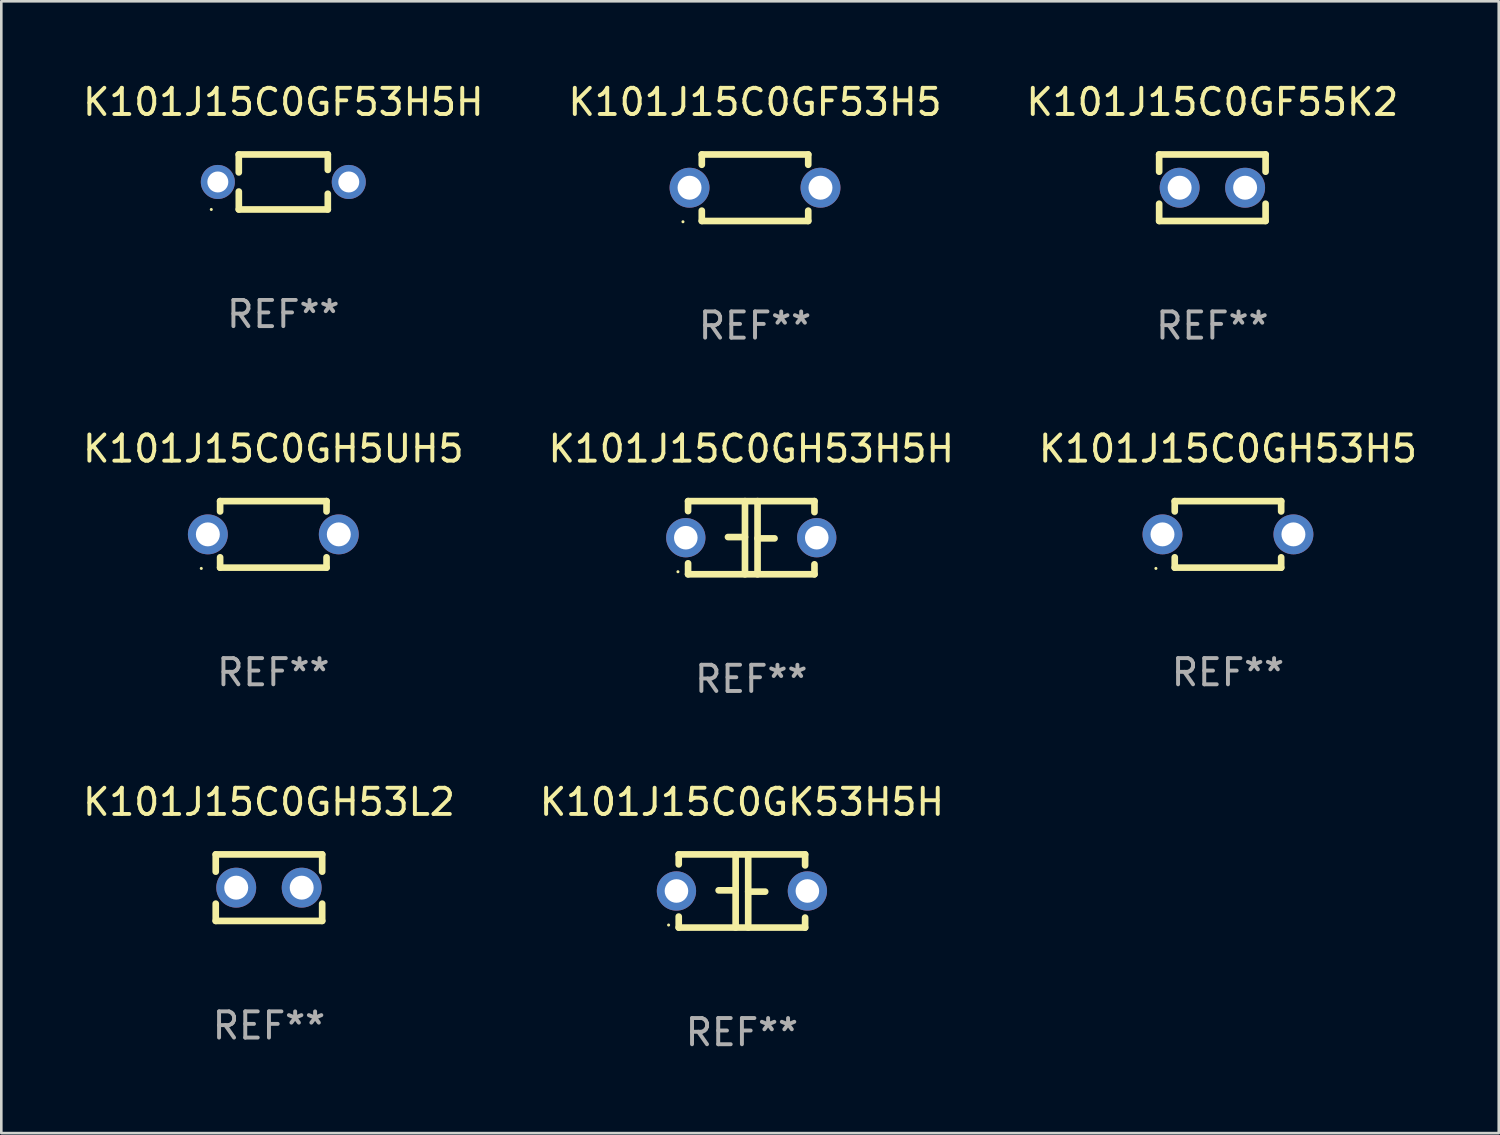
<source format=kicad_pcb>
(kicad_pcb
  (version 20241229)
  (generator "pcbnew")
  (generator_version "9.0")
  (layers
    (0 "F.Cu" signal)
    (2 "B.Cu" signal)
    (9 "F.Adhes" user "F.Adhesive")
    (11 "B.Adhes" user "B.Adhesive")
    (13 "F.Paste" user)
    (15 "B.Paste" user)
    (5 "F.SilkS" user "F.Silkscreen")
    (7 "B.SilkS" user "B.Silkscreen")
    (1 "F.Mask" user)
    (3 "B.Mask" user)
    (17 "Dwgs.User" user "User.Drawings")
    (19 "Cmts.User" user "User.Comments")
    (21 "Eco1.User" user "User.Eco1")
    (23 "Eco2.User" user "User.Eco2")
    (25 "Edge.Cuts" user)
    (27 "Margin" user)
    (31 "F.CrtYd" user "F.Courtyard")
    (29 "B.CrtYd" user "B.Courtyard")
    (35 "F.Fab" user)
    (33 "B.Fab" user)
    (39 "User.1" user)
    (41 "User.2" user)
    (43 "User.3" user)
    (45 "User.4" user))
  (footprint "K101J15C0GK53H5H"
    (layer "F.Cu")
    (at 25.28 30.972)
    (property "Reference" "K101J15C0GK53H5H" (at 0 -3.397 0) (layer "F.SilkS") (effects (font (size 1 1) (thickness 0.15))))
    (attr through_hole)
    (fp_line (start -2.413 -1.397) (end 2.413 -1.397) (stroke (width 0.254) (type solid)) (layer "F.SilkS"))
    (fp_line (start -2.413 -1.016) (end -2.413 -1.397) (stroke (width 0.254) (type solid)) (layer "F.SilkS"))
    (fp_line (start -2.413 0.977) (end -2.413 1.397) (stroke (width 0.254) (type solid)) (layer "F.SilkS"))
    (fp_line (start -0.24 -0.025) (end -0.889 -0.025) (stroke (width 0.254) (type solid)) (layer "F.SilkS"))
    (fp_line (start -0.24 1.397) (end -0.24 -1.397) (stroke (width 0.254) (type solid)) (layer "F.SilkS"))
    (fp_line (start 0.24 -1.397) (end 0.24 1.397) (stroke (width 0.254) (type solid)) (layer "F.SilkS"))
    (fp_line (start 0.24 0.025) (end 0.889 0.025) (stroke (width 0.254) (type solid)) (layer "F.SilkS"))
    (fp_line (start 2.413 -0.977) (end 2.413 -1.397) (stroke (width 0.254) (type solid)) (layer "F.SilkS"))
    (fp_line (start 2.413 1.016) (end 2.413 1.397) (stroke (width 0.254) (type solid)) (layer "F.SilkS"))
    (fp_line (start 2.413 1.397) (end -2.413 1.397) (stroke (width 0.254) (type solid)) (layer "F.SilkS"))
    (fp_circle (center -2.8 1.3) (end -2.77 1.3) (stroke (width 0.06) (type solid)) (fill no) (layer "F.SilkS"))
    (fp_text user "REF**" (at 0 5.397 0) (layer "F.Fab") (effects (font (size 1 1) (thickness 0.15))))
    (pad "1" thru_hole circle (at -2.5 0) (size 1.5 1.5) (drill 0.9) (layers "*.Cu" "*.Mask"))
    (pad "2" thru_hole circle (at 2.5 0) (size 1.5 1.5) (drill 0.9) (layers "*.Cu" "*.Mask")))
  (footprint "K101J15C0GF53H5H"
    (layer "F.Cu")
    (at 7.768 3.898)
    (property "Reference" "K101J15C0GF53H5H" (at 0 -3.05 0) (layer "F.SilkS") (effects (font (size 1 1) (thickness 0.15))))
    (attr through_hole)
    (fp_line (start -1.7 -1.05) (end 1.7 -1.05) (stroke (width 0.254) (type solid)) (layer "F.SilkS"))
    (fp_line (start -1.7 -0.365) (end -1.7 -1.05) (stroke (width 0.254) (type solid)) (layer "F.SilkS"))
    (fp_line (start -1.699 1.05) (end -1.699 0.366) (stroke (width 0.254) (type solid)) (layer "F.SilkS"))
    (fp_line (start 1.699 0.45) (end 1.699 1.05) (stroke (width 0.254) (type solid)) (layer "F.SilkS"))
    (fp_line (start 1.699 1.05) (end -1.699 1.05) (stroke (width 0.254) (type solid)) (layer "F.SilkS"))
    (fp_line (start 1.7 -1.05) (end 1.7 -0.46) (stroke (width 0.254) (type solid)) (layer "F.SilkS"))
    (fp_circle (center -2.75 1.051) (end -2.72 1.051) (stroke (width 0.06) (type solid)) (fill no) (layer "F.SilkS"))
    (fp_text user "REF**" (at 0 5.05 0) (layer "F.Fab") (effects (font (size 1 1) (thickness 0.15))))
    (pad "1" thru_hole circle (at -2.5 0.000483) (size 1.3 1.3) (drill 0.8) (layers "*.Cu" "*.Mask"))
    (pad "2" thru_hole circle (at 2.5 0.000483) (size 1.3 1.3) (drill 0.8) (layers "*.Cu" "*.Mask")))
  (footprint "K101J15C0GH5UH5"
    (layer "F.Cu")
    (at 7.387 17.355)
    (property "Reference" "K101J15C0GH5UH5" (at 0 -3.27 0) (layer "F.SilkS") (effects (font (size 1 1) (thickness 0.15))))
    (attr through_hole)
    (fp_line (start -2.032 -1.27) (end -2.032 -0.876) (stroke (width 0.254) (type solid)) (layer "F.SilkS"))
    (fp_line (start -2.032 0.876) (end -2.032 1.27) (stroke (width 0.254) (type solid)) (layer "F.SilkS"))
    (fp_line (start -2.032 1.27) (end 2.032 1.27) (stroke (width 0.254) (type solid)) (layer "F.SilkS"))
    (fp_line (start 2.032 -1.27) (end -2.032 -1.27) (stroke (width 0.254) (type solid)) (layer "F.SilkS"))
    (fp_line (start 2.032 -0.876) (end 2.032 -1.27) (stroke (width 0.254) (type solid)) (layer "F.SilkS"))
    (fp_line (start 2.032 1.27) (end 2.032 0.876) (stroke (width 0.254) (type solid)) (layer "F.SilkS"))
    (fp_circle (center -2.751 1.3) (end -2.721 1.3) (stroke (width 0.06) (type solid)) (fill no) (layer "F.SilkS"))
    (fp_text user "REF**" (at 0 5.27 0) (layer "F.Fab") (effects (font (size 1 1) (thickness 0.15))))
    (pad "1" thru_hole circle (at -2.5 0) (size 1.524 1.524) (drill 0.914) (layers "*.Cu" "*.Mask"))
    (pad "2" thru_hole circle (at 2.5 0) (size 1.524 1.524) (drill 0.914) (layers "*.Cu" "*.Mask")))
  (footprint "K101J15C0GH53H5"
    (layer "F.Cu")
    (at 43.839 17.355)
    (property "Reference" "K101J15C0GH53H5" (at 0 -3.27 0) (layer "F.SilkS") (effects (font (size 1 1) (thickness 0.15))))
    (attr through_hole)
    (fp_line (start -2.032 -1.27) (end -2.032 -0.876) (stroke (width 0.254) (type solid)) (layer "F.SilkS"))
    (fp_line (start -2.032 0.876) (end -2.032 1.27) (stroke (width 0.254) (type solid)) (layer "F.SilkS"))
    (fp_line (start -2.032 1.27) (end 2.032 1.27) (stroke (width 0.254) (type solid)) (layer "F.SilkS"))
    (fp_line (start 2.032 -1.27) (end -2.032 -1.27) (stroke (width 0.254) (type solid)) (layer "F.SilkS"))
    (fp_line (start 2.032 -0.876) (end 2.032 -1.27) (stroke (width 0.254) (type solid)) (layer "F.SilkS"))
    (fp_line (start 2.032 1.27) (end 2.032 0.876) (stroke (width 0.254) (type solid)) (layer "F.SilkS"))
    (fp_circle (center -2.751 1.3) (end -2.721 1.3) (stroke (width 0.06) (type solid)) (fill no) (layer "F.SilkS"))
    (fp_text user "REF**" (at 0 5.27 0) (layer "F.Fab") (effects (font (size 1 1) (thickness 0.15))))
    (pad "1" thru_hole circle (at -2.5 0) (size 1.524 1.524) (drill 0.914) (layers "*.Cu" "*.Mask"))
    (pad "2" thru_hole circle (at 2.5 0) (size 1.524 1.524) (drill 0.914) (layers "*.Cu" "*.Mask")))
  (footprint "K101J15C0GF53H5"
    (layer "F.Cu")
    (at 25.78 4.118)
    (property "Reference" "K101J15C0GF53H5" (at 0 -3.27 0) (layer "F.SilkS") (effects (font (size 1 1) (thickness 0.15))))
    (attr through_hole)
    (fp_line (start -2.032 -1.27) (end -2.032 -0.876) (stroke (width 0.254) (type solid)) (layer "F.SilkS"))
    (fp_line (start -2.032 0.876) (end -2.032 1.27) (stroke (width 0.254) (type solid)) (layer "F.SilkS"))
    (fp_line (start -2.032 1.27) (end 2.032 1.27) (stroke (width 0.254) (type solid)) (layer "F.SilkS"))
    (fp_line (start 2.032 -1.27) (end -2.032 -1.27) (stroke (width 0.254) (type solid)) (layer "F.SilkS"))
    (fp_line (start 2.032 -0.876) (end 2.032 -1.27) (stroke (width 0.254) (type solid)) (layer "F.SilkS"))
    (fp_line (start 2.032 1.27) (end 2.032 0.876) (stroke (width 0.254) (type solid)) (layer "F.SilkS"))
    (fp_circle (center -2.751 1.3) (end -2.721 1.3) (stroke (width 0.06) (type solid)) (fill no) (layer "F.SilkS"))
    (fp_text user "REF**" (at 0 5.27 0) (layer "F.Fab") (effects (font (size 1 1) (thickness 0.15))))
    (pad "1" thru_hole circle (at -2.5 0) (size 1.524 1.524) (drill 0.914) (layers "*.Cu" "*.Mask"))
    (pad "2" thru_hole circle (at 2.5 0) (size 1.524 1.524) (drill 0.914) (layers "*.Cu" "*.Mask")))
  (footprint "K101J15C0GH53L2"
    (layer "F.Cu")
    (at 7.22 30.845)
    (property "Reference" "K101J15C0GH53L2" (at 0 -3.27 0) (layer "F.SilkS") (effects (font (size 1 1) (thickness 0.15))))
    (attr through_hole)
    (fp_line (start -2.032 -1.27) (end -2.032 -0.611) (stroke (width 0.254) (type solid)) (layer "F.SilkS"))
    (fp_line (start -2.032 0.611) (end -2.032 1.27) (stroke (width 0.254) (type solid)) (layer "F.SilkS"))
    (fp_line (start -2.032 1.27) (end 2.032 1.27) (stroke (width 0.254) (type solid)) (layer "F.SilkS"))
    (fp_line (start 2.032 -1.27) (end -2.032 -1.27) (stroke (width 0.254) (type solid)) (layer "F.SilkS"))
    (fp_line (start 2.032 -0.611) (end 2.032 -1.27) (stroke (width 0.254) (type solid)) (layer "F.SilkS"))
    (fp_line (start 2.032 1.27) (end 2.032 0.611) (stroke (width 0.254) (type solid)) (layer "F.SilkS"))
    (fp_circle (center -2 1.3) (end -1.97 1.3) (stroke (width 0.06) (type solid)) (fill no) (layer "F.SilkS"))
    (fp_text user "REF**" (at 0 5.27 0) (layer "F.Fab") (effects (font (size 1 1) (thickness 0.15))))
    (pad "1" thru_hole circle (at -1.25 0) (size 1.524 1.524) (drill 0.914) (layers "*.Cu" "*.Mask"))
    (pad "2" thru_hole circle (at 1.25 0) (size 1.524 1.524) (drill 0.914) (layers "*.Cu" "*.Mask")))
  (footprint "K101J15C0GH53H5H"
    (layer "F.Cu")
    (at 25.637 17.482)
    (property "Reference" "K101J15C0GH53H5H" (at 0 -3.397 0) (layer "F.SilkS") (effects (font (size 1 1) (thickness 0.15))))
    (attr through_hole)
    (fp_line (start -2.413 -1.397) (end 2.413 -1.397) (stroke (width 0.254) (type solid)) (layer "F.SilkS"))
    (fp_line (start -2.413 -1.016) (end -2.413 -1.397) (stroke (width 0.254) (type solid)) (layer "F.SilkS"))
    (fp_line (start -2.413 0.977) (end -2.413 1.397) (stroke (width 0.254) (type solid)) (layer "F.SilkS"))
    (fp_line (start -0.24 -0.025) (end -0.889 -0.025) (stroke (width 0.254) (type solid)) (layer "F.SilkS"))
    (fp_line (start -0.24 1.397) (end -0.24 -1.397) (stroke (width 0.254) (type solid)) (layer "F.SilkS"))
    (fp_line (start 0.24 -1.397) (end 0.24 1.397) (stroke (width 0.254) (type solid)) (layer "F.SilkS"))
    (fp_line (start 0.24 0.025) (end 0.889 0.025) (stroke (width 0.254) (type solid)) (layer "F.SilkS"))
    (fp_line (start 2.413 -0.977) (end 2.413 -1.397) (stroke (width 0.254) (type solid)) (layer "F.SilkS"))
    (fp_line (start 2.413 1.016) (end 2.413 1.397) (stroke (width 0.254) (type solid)) (layer "F.SilkS"))
    (fp_line (start 2.413 1.397) (end -2.413 1.397) (stroke (width 0.254) (type solid)) (layer "F.SilkS"))
    (fp_circle (center -2.8 1.3) (end -2.77 1.3) (stroke (width 0.06) (type solid)) (fill no) (layer "F.SilkS"))
    (fp_text user "REF**" (at 0 5.397 0) (layer "F.Fab") (effects (font (size 1 1) (thickness 0.15))))
    (pad "1" thru_hole circle (at -2.5 0) (size 1.5 1.5) (drill 0.9) (layers "*.Cu" "*.Mask"))
    (pad "2" thru_hole circle (at 2.5 0) (size 1.5 1.5) (drill 0.9) (layers "*.Cu" "*.Mask")))
  (footprint "K101J15C0GF55K2"
    (layer "F.Cu")
    (at 43.244 4.118)
    (property "Reference" "K101J15C0GF55K2" (at 0 -3.27 0) (layer "F.SilkS") (effects (font (size 1 1) (thickness 0.15))))
    (attr through_hole)
    (fp_line (start -2.032 -1.27) (end -2.032 -0.611) (stroke (width 0.254) (type solid)) (layer "F.SilkS"))
    (fp_line (start -2.032 0.611) (end -2.032 1.27) (stroke (width 0.254) (type solid)) (layer "F.SilkS"))
    (fp_line (start -2.032 1.27) (end 2.032 1.27) (stroke (width 0.254) (type solid)) (layer "F.SilkS"))
    (fp_line (start 2.032 -1.27) (end -2.032 -1.27) (stroke (width 0.254) (type solid)) (layer "F.SilkS"))
    (fp_line (start 2.032 -0.611) (end 2.032 -1.27) (stroke (width 0.254) (type solid)) (layer "F.SilkS"))
    (fp_line (start 2.032 1.27) (end 2.032 0.611) (stroke (width 0.254) (type solid)) (layer "F.SilkS"))
    (fp_circle (center -2 1.3) (end -1.97 1.3) (stroke (width 0.06) (type solid)) (fill no) (layer "F.SilkS"))
    (fp_text user "REF**" (at 0 5.27 0) (layer "F.Fab") (effects (font (size 1 1) (thickness 0.15))))
    (pad "1" thru_hole circle (at -1.25 0) (size 1.524 1.524) (drill 0.914) (layers "*.Cu" "*.Mask"))
    (pad "2" thru_hole circle (at 1.25 0) (size 1.524 1.524) (drill 0.914) (layers "*.Cu" "*.Mask")))
  (gr_rect
    (start -3 -3)
    (end 54.179 40.218)
    (stroke (width 0.1) (type default))
    (fill no)
    (layer "Edge.Cuts")))
</source>
